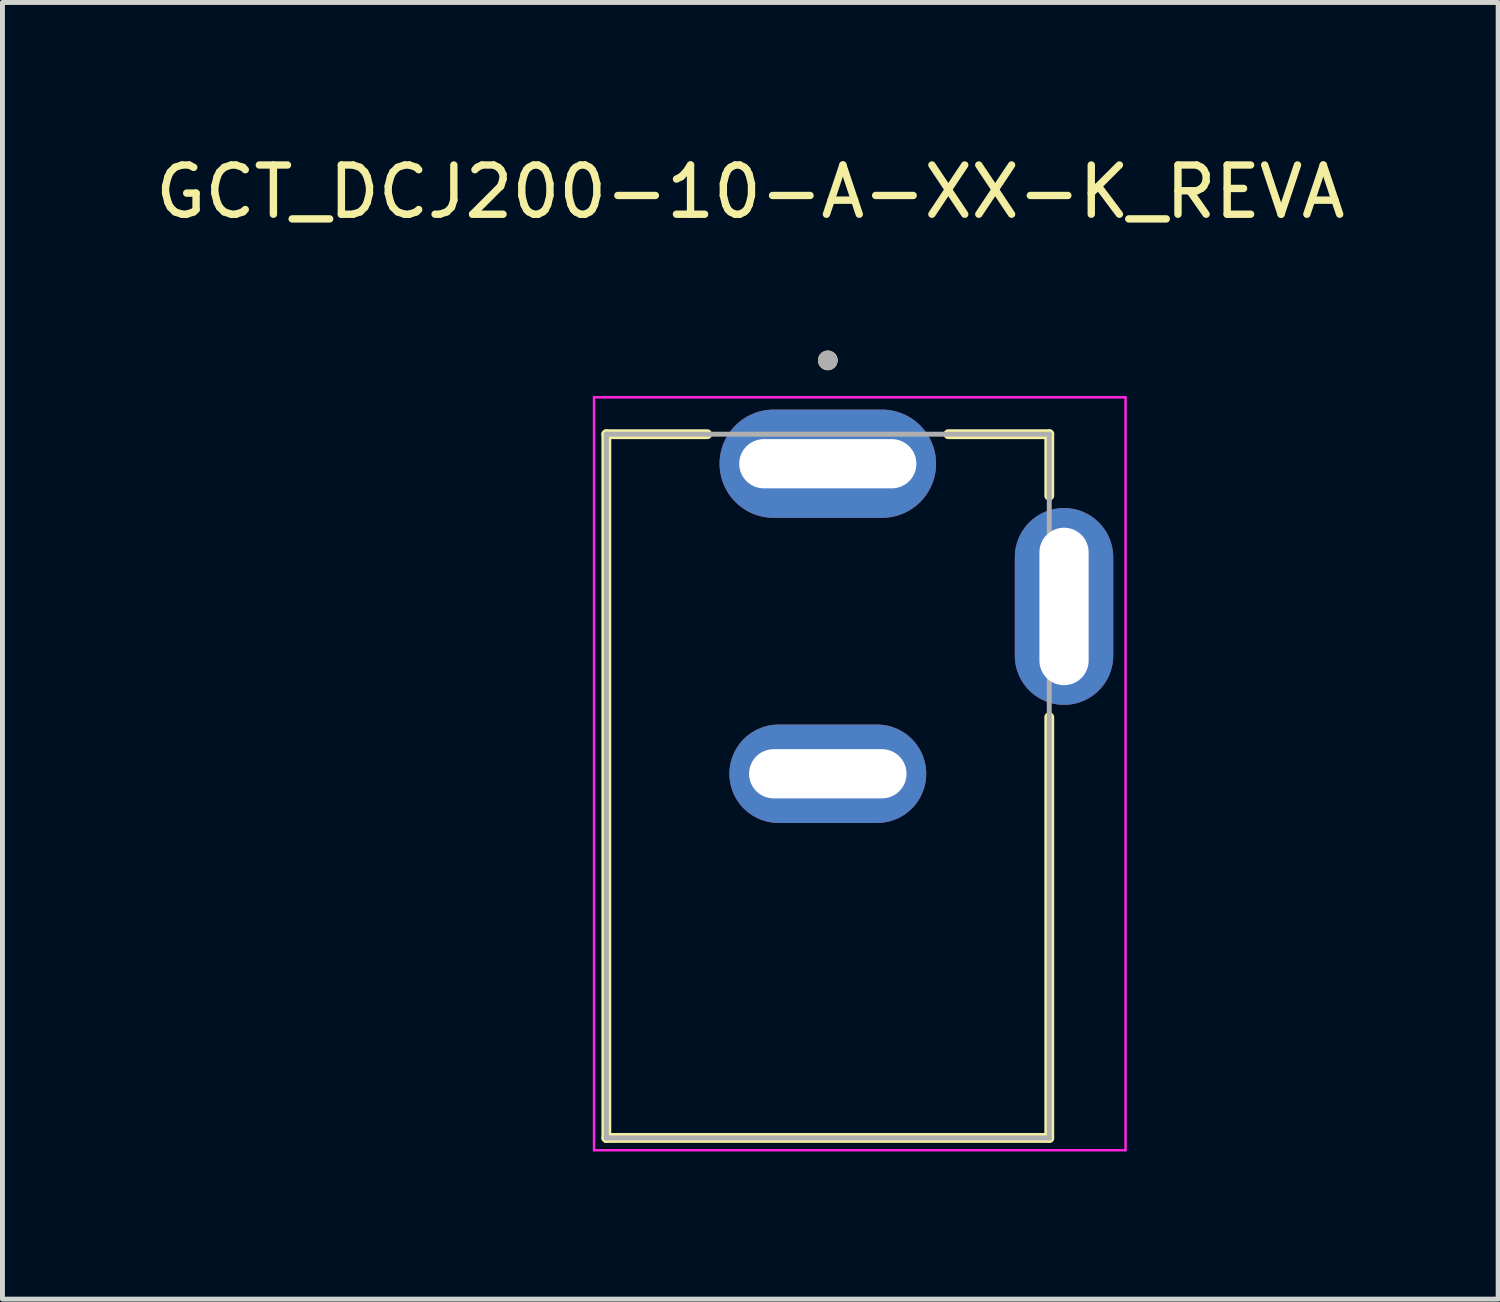
<source format=kicad_pcb>
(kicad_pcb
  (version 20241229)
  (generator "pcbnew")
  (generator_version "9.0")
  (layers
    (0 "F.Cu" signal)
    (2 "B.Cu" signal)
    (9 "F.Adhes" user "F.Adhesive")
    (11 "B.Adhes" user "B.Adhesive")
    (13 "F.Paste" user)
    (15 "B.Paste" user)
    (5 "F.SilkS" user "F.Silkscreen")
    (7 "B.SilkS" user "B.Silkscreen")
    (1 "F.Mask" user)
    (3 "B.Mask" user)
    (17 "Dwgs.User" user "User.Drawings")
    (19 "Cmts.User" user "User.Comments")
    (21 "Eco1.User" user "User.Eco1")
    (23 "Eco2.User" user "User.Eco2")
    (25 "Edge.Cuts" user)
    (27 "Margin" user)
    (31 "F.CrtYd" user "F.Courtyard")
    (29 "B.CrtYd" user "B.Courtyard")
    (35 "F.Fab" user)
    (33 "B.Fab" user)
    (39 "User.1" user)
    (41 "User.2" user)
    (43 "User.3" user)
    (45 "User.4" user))
  (footprint "GCT_DCJ200-10-A-XX-K_REVA"
    (layer "F.Cu")
    (at 13.771 12.923)
    (property "Reference" "GCT_DCJ200-10-A-XX-K_REVA" (at -1.575 -12.075 0) (layer "F.SilkS") (effects (font (size 1 1) (thickness 0.15))))
    (attr through_hole)
    (fp_line (start -4.5 7.15) (end -4.5 -7.15) (stroke (width 0.2) (type solid)) (layer "F.SilkS"))
    (fp_line (start -4.5 7.15) (end 4.5 7.15) (stroke (width 0.2) (type solid)) (layer "F.SilkS"))
    (fp_line (start -2.45 -7.15) (end -4.5 -7.15) (stroke (width 0.2) (type solid)) (layer "F.SilkS"))
    (fp_line (start 2.45 -7.15) (end 4.5 -7.15) (stroke (width 0.2) (type solid)) (layer "F.SilkS"))
    (fp_line (start 4.5 -7.15) (end 4.5 -5.9) (stroke (width 0.2) (type solid)) (layer "F.SilkS"))
    (fp_line (start 4.5 7.15) (end 4.5 -1.4) (stroke (width 0.2) (type solid)) (layer "F.SilkS"))
    (fp_circle (center 0 -8.65) (end 0.1 -8.65) (stroke (width 0.2) (type solid)) (fill no) (layer "F.SilkS"))
    (fp_line (start -4.75 -7.9) (end -4.75 7.4) (stroke (width 0.05) (type solid)) (layer "F.CrtYd"))
    (fp_line (start -4.75 7.4) (end 6.05 7.4) (stroke (width 0.05) (type solid)) (layer "F.CrtYd"))
    (fp_line (start 6.05 -7.9) (end -4.75 -7.9) (stroke (width 0.05) (type solid)) (layer "F.CrtYd"))
    (fp_line (start 6.05 7.4) (end 6.05 -7.9) (stroke (width 0.05) (type solid)) (layer "F.CrtYd"))
    (fp_line (start -4.5 -7.15) (end 4.5 -7.15) (stroke (width 0.1) (type solid)) (layer "F.Fab"))
    (fp_line (start -4.5 7.15) (end -4.5 -7.15) (stroke (width 0.1) (type solid)) (layer "F.Fab"))
    (fp_line (start -4.5 7.15) (end 4.5 7.15) (stroke (width 0.1) (type solid)) (layer "F.Fab"))
    (fp_line (start 4.5 7.15) (end 4.5 -7.15) (stroke (width 0.1) (type solid)) (layer "F.Fab"))
    (fp_circle (center 0 -8.65) (end 0.1 -8.65) (stroke (width 0.2) (type solid)) (fill no) (layer "F.Fab"))
    (pad "1" thru_hole oval (at 0 -6.55) (size 4.4 2.2) (drill oval 3.6 1) (layers "*.Cu" "*.Mask"))
    (pad "2" thru_hole oval (at 0 -0.25) (size 4 2) (drill oval 3.2 1) (layers "*.Cu" "*.Mask"))
    (pad "3" thru_hole oval (at 4.8 -3.65) (size 2 4) (drill oval 1 3.2) (layers "*.Cu" "*.Mask")))
  (gr_rect
    (start -3 -3)
    (end 27.393 23.348)
    (stroke (width 0.1) (type default))
    (fill no)
    (layer "Edge.Cuts")))
</source>
